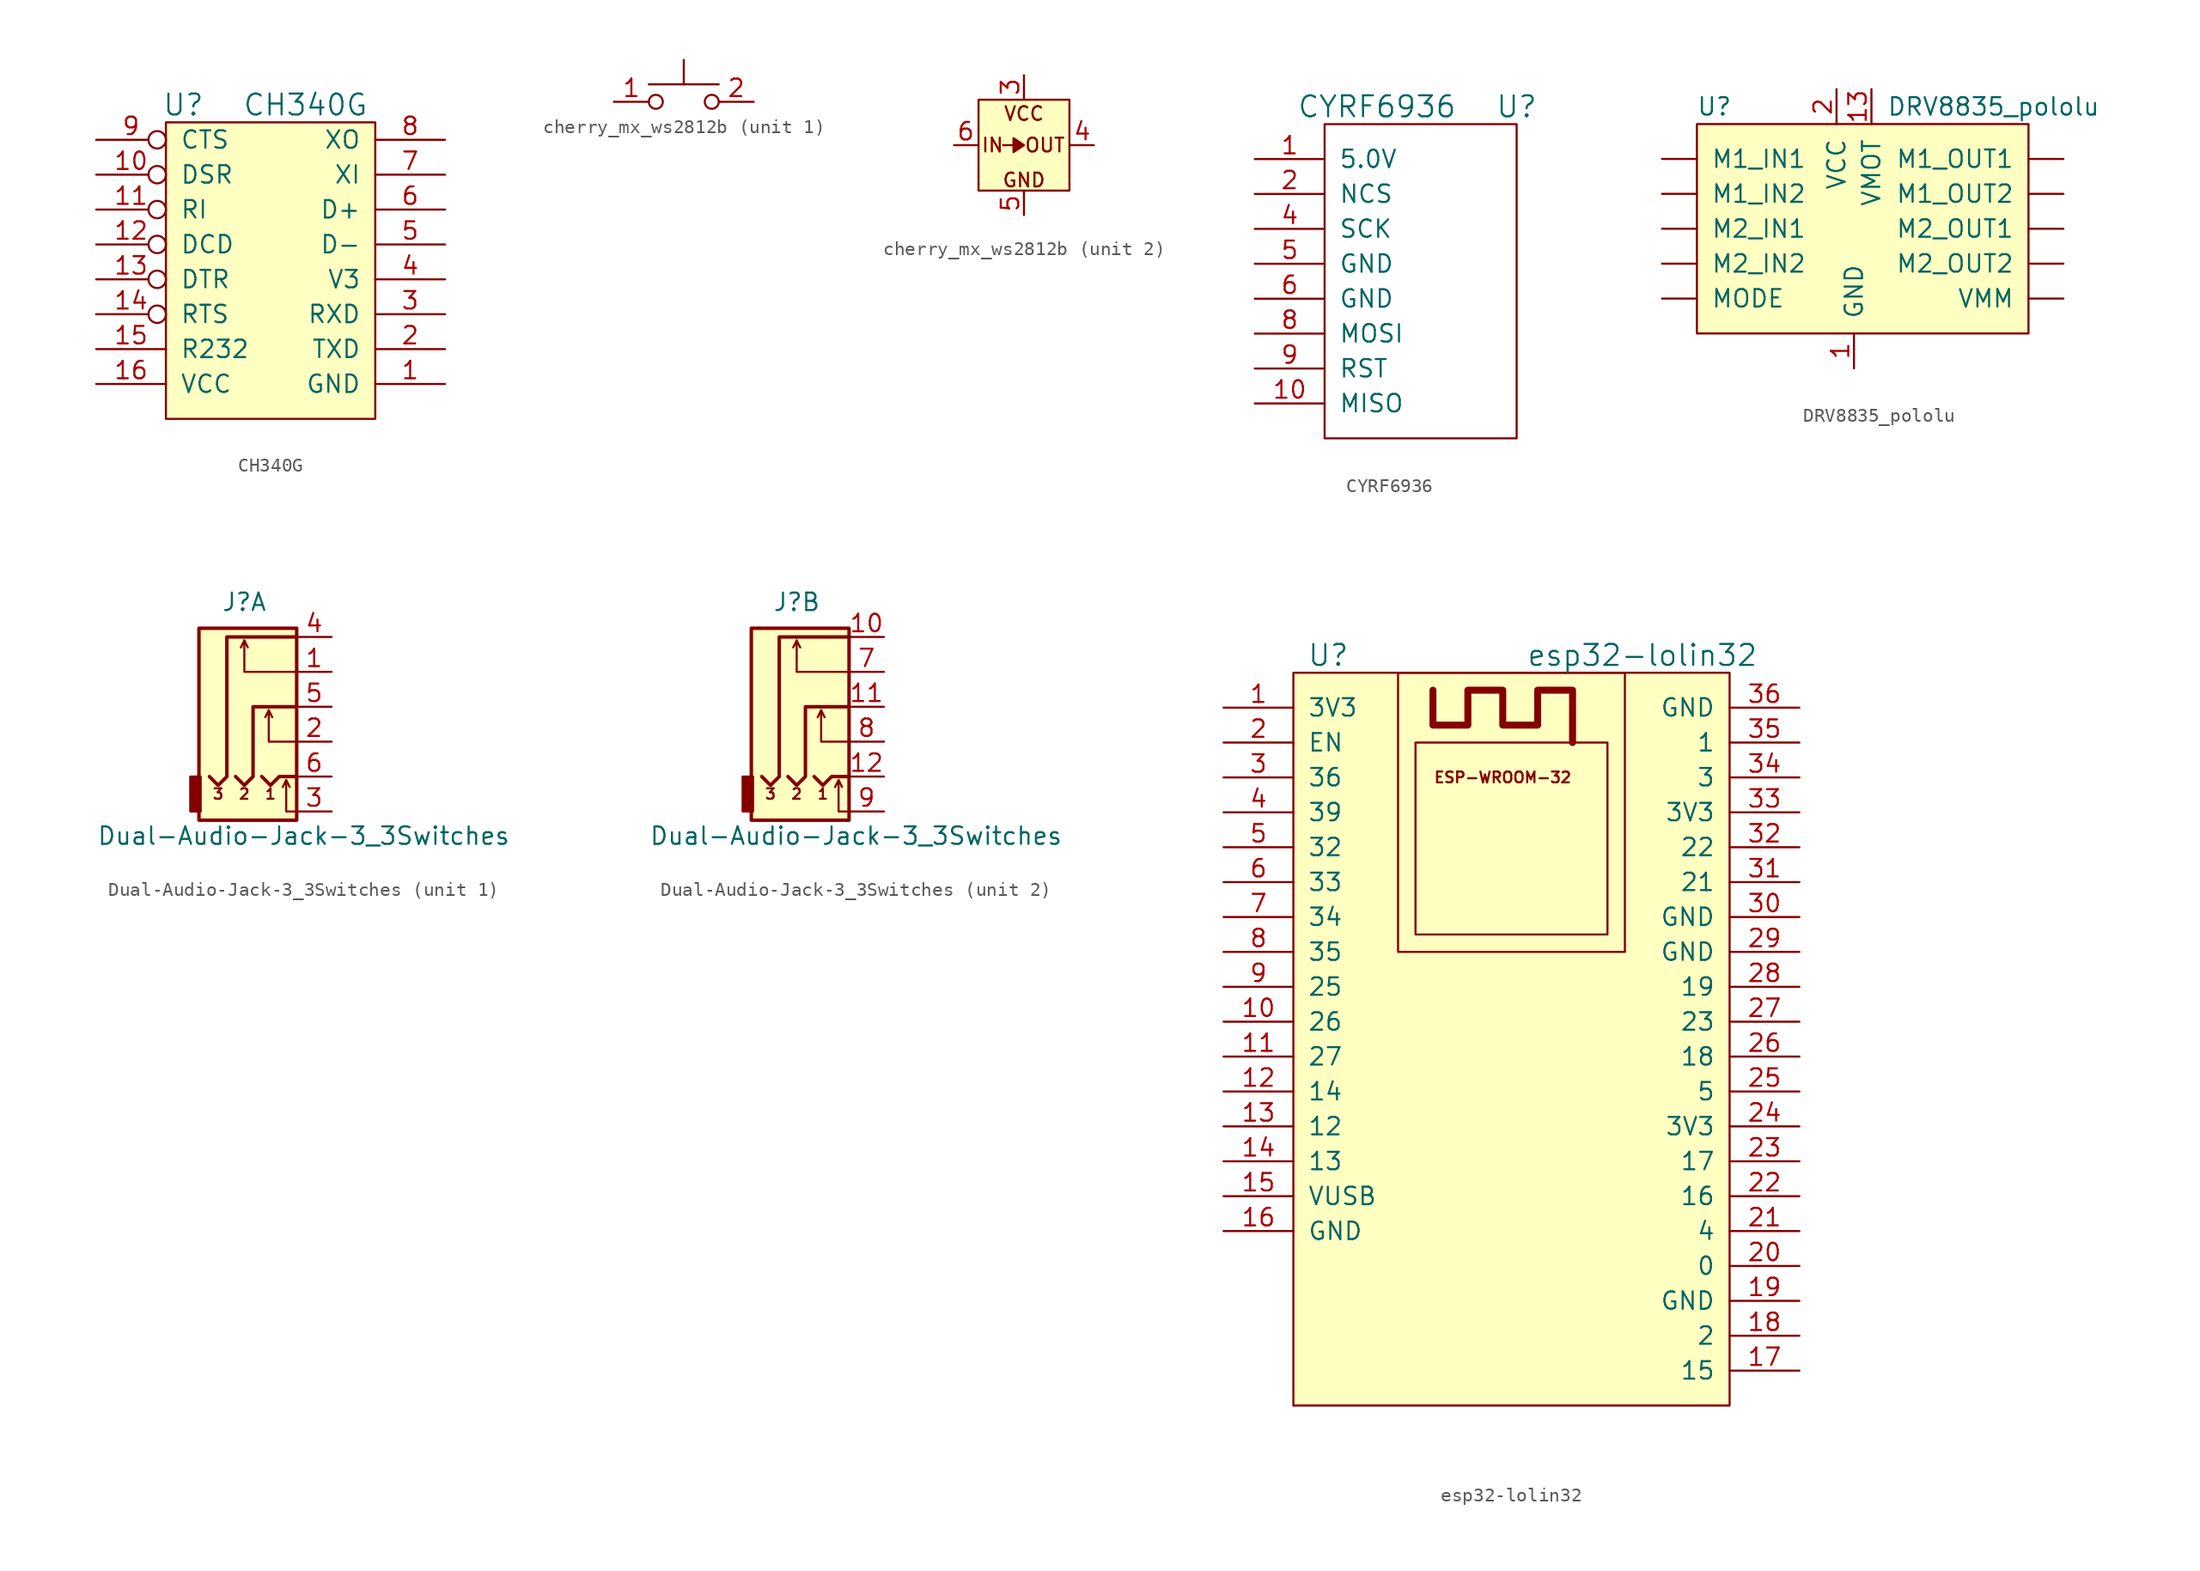
<source format=kicad_sym>
(kicad_symbol_lib
  (version 20211014)
  (generator kicad_symbol_editor)
  (symbol "CH340G"
    (pin_names
      (offset 1.016))
    (property "Reference" "U"
      (at -6.35 12.7 0)
      (effects (font (size 1.524 1.524))))
    (property "Value" "CH340G"
      (at 2.54 12.7 0)
      (effects (font (size 1.524 1.524))))
    (symbol "CH340G_0_1"
      (rectangle (start -7.62 11.43) (end 7.62 -10.16) (stroke (width 0) (type default) (color 0 0 0 0)) (fill (type background))))
    (symbol "CH340G_1_1"
      (pin input line (at 12.7 -7.62 180) (length 5.08) (name "GND" (effects (font (size 1.27 1.27)))) (number "1" (effects (font (size 1.27 1.27)))))
      (pin input inverted (at -12.7 7.62 0) (length 5.08) (name "DSR" (effects (font (size 1.27 1.27)))) (number "10" (effects (font (size 1.27 1.27)))))
      (pin input inverted (at -12.7 5.08 0) (length 5.08) (name "RI" (effects (font (size 1.27 1.27)))) (number "11" (effects (font (size 1.27 1.27)))))
      (pin input inverted (at -12.7 2.54 0) (length 5.08) (name "DCD" (effects (font (size 1.27 1.27)))) (number "12" (effects (font (size 1.27 1.27)))))
      (pin input inverted (at -12.7 0 0) (length 5.08) (name "DTR" (effects (font (size 1.27 1.27)))) (number "13" (effects (font (size 1.27 1.27)))))
      (pin input inverted (at -12.7 -2.54 0) (length 5.08) (name "RTS" (effects (font (size 1.27 1.27)))) (number "14" (effects (font (size 1.27 1.27)))))
      (pin input line (at -12.7 -5.08 0) (length 5.08) (name "R232" (effects (font (size 1.27 1.27)))) (number "15" (effects (font (size 1.27 1.27)))))
      (pin input line (at -12.7 -7.62 0) (length 5.08) (name "VCC" (effects (font (size 1.27 1.27)))) (number "16" (effects (font (size 1.27 1.27)))))
      (pin input line (at 12.7 -5.08 180) (length 5.08) (name "TXD" (effects (font (size 1.27 1.27)))) (number "2" (effects (font (size 1.27 1.27)))))
      (pin input line (at 12.7 -2.54 180) (length 5.08) (name "RXD" (effects (font (size 1.27 1.27)))) (number "3" (effects (font (size 1.27 1.27)))))
      (pin input line (at 12.7 0 180) (length 5.08) (name "V3" (effects (font (size 1.27 1.27)))) (number "4" (effects (font (size 1.27 1.27)))))
      (pin input line (at 12.7 2.54 180) (length 5.08) (name "D-" (effects (font (size 1.27 1.27)))) (number "5" (effects (font (size 1.27 1.27)))))
      (pin input line (at 12.7 5.08 180) (length 5.08) (name "D+" (effects (font (size 1.27 1.27)))) (number "6" (effects (font (size 1.27 1.27)))))
      (pin input line (at 12.7 7.62 180) (length 5.08) (name "XI" (effects (font (size 1.27 1.27)))) (number "7" (effects (font (size 1.27 1.27)))))
      (pin input line (at 12.7 10.16 180) (length 5.08) (name "XO" (effects (font (size 1.27 1.27)))) (number "8" (effects (font (size 1.27 1.27)))))
      (pin input inverted (at -12.7 10.16 0) (length 5.08) (name "CTS" (effects (font (size 1.27 1.27)))) (number "9" (effects (font (size 1.27 1.27)))))))
  (symbol "cherry_mx_ws2812b"
    (pin_names
      (offset 0.5) hide)
    (property "Reference" "SW"
      (at -6.096 5.08 0)
      (effects (font (size 1.27 1.27)) (justify left) hide))
    (property "ki_locked" ""
      (at 0 0 0)
      (effects (font (size 1.27 1.27))))
    (symbol "cherry_mx_ws2812b_1_1"
      (circle (center -2.032 0) (radius 0.508) (stroke (width 0) (type default) (color 0 0 0 0)) (fill (type none)))
      (polyline (pts (xy 0 1.27) (xy 0 3.048)) (stroke (width 0) (type default) (color 0 0 0 0)) (fill (type none)))
      (polyline (pts (xy 2.54 1.27) (xy -2.54 1.27)) (stroke (width 0) (type default) (color 0 0 0 0)) (fill (type none)))
      (circle (center 2.032 0) (radius 0.508) (stroke (width 0) (type default) (color 0 0 0 0)) (fill (type none)))
      (pin passive line (at -5.08 0 0) (length 2.54) (name "" (effects (font (size 1.27 1.27)))) (number "1" (effects (font (size 1.27 1.27)))))
      (pin passive line (at 5.08 0 180) (length 2.54) (name "" (effects (font (size 1.27 1.27)))) (number "2" (effects (font (size 1.27 1.27))))))
    (symbol "cherry_mx_ws2812b_2_0"
      (polyline (pts (xy -1.524 0) (xy -0.762 0) (xy -0.762 -0.508) (xy 0 0) (xy -0.762 0.508) (xy -0.762 0)) (stroke (width 0.152) (type default) (color 0 0 0 0)) (fill (type outline)))
      (text "GND" (at 0 -2.54 0) (effects (font (size 1 1))))
      (text "IN" (at -2.286 0 0) (effects (font (size 1 1))))
      (text "OUT" (at 1.524 0 0) (effects (font (size 1 1))))
      (text "VCC" (at 0 2.286 0) (effects (font (size 1 1)))))
    (symbol "cherry_mx_ws2812b_2_1"
      (rectangle (start -3.302 3.302) (end 3.302 -3.302) (stroke (width 0.152) (type default) (color 0 0 0 0)) (fill (type background)))
      (pin power_in line (at 0 5.08 270) (length 1.7) (name "VDD" (effects (font (size 1.27 1.27)))) (number "3" (effects (font (size 1.27 1.27)))))
      (pin output line (at 5.08 0 180) (length 1.7) (name "DOUT" (effects (font (size 1.27 1.27)))) (number "4" (effects (font (size 1.27 1.27)))))
      (pin power_in line (at 0 -5.08 90) (length 1.7) (name "VSS" (effects (font (size 1.27 1.27)))) (number "5" (effects (font (size 1.27 1.27)))))
      (pin input line (at -5.08 0 0) (length 1.7) (name "DIN" (effects (font (size 1.27 1.27)))) (number "6" (effects (font (size 1.27 1.27)))))))
  (symbol "CYRF6936"
    (pin_names
      (offset 1.016))
    (property "Reference" "U"
      (at 6.35 12.7 0)
      (effects (font (size 1.524 1.524))))
    (property "Value" "CYRF6936"
      (at -3.81 12.7 0)
      (effects (font (size 1.524 1.524))))
    (symbol "CYRF6936_0_1"
      (rectangle (start 6.35 11.43) (end -7.62 -11.43) (stroke (width 0) (type default) (color 0 0 0 0)) (fill (type none))))
    (symbol "CYRF6936_1_1"
      (pin input line (at -12.7 8.89 0) (length 5.08) (name "5.0V" (effects (font (size 1.27 1.27)))) (number "1" (effects (font (size 1.27 1.27)))))
      (pin input line (at -12.7 -8.89 0) (length 5.08) (name "MISO" (effects (font (size 1.27 1.27)))) (number "10" (effects (font (size 1.27 1.27)))))
      (pin input line (at -12.7 6.35 0) (length 5.08) (name "NCS" (effects (font (size 1.27 1.27)))) (number "2" (effects (font (size 1.27 1.27)))))
      (pin input line (at -12.7 3.81 0) (length 5.08) (name "SCK" (effects (font (size 1.27 1.27)))) (number "4" (effects (font (size 1.27 1.27)))))
      (pin input line (at -12.7 1.27 0) (length 5.08) (name "GND" (effects (font (size 1.27 1.27)))) (number "5" (effects (font (size 1.27 1.27)))))
      (pin input line (at -12.7 -1.27 0) (length 5.08) (name "GND" (effects (font (size 1.27 1.27)))) (number "6" (effects (font (size 1.27 1.27)))))
      (pin input line (at -12.7 -3.81 0) (length 5.08) (name "MOSI" (effects (font (size 1.27 1.27)))) (number "8" (effects (font (size 1.27 1.27)))))
      (pin input line (at -12.7 -6.35 0) (length 5.08) (name "RST" (effects (font (size 1.27 1.27)))) (number "9" (effects (font (size 1.27 1.27)))))))
  (symbol "DRV8835_pololu"
    (pin_names
      (offset 1.016))
    (property "Reference" "U"
      (at -10.16 8.89 0)
      (effects (font (size 1.27 1.27))))
    (property "Value" "DRV8835_pololu"
      (at 10.16 8.89 0)
      (effects (font (size 1.27 1.27))))
    (symbol "DRV8835_pololu_0_1"
      (rectangle (start -11.43 7.62) (end 12.7 -7.62) (stroke (width 0) (type default) (color 0 0 0 0)) (fill (type background))))
    (symbol "DRV8835_pololu_1_1"
      (pin power_out line (at 0 -10.16 90) (length 2.54) (name "GND" (effects (font (size 1.27 1.27)))) (number "1" (effects (font (size 1.27 1.27)))))
      (pin power_in line (at 1.27 10.16 270) (length 2.54) (name "VMOT" (effects (font (size 1.27 1.27)))) (number "13" (effects (font (size 1.27 1.27)))))
      (pin power_out line (at 0 -10.16 90) (length 2.54) hide (name "GND" (effects (font (size 1.27 1.27)))) (number "14" (effects (font (size 1.27 1.27)))))
      (pin power_in line (at -1.27 10.16 270) (length 2.54) (name "VCC" (effects (font (size 1.27 1.27)))) (number "2" (effects (font (size 1.27 1.27)))))
      (pin input line (at -13.97 5.08 0) (length 2.54) (name "M1_IN1" (effects (font (size 1.27 1.27)))) (number "~" (effects (font (size 1.27 1.27)))))
      (pin input line (at -13.97 2.54 0) (length 2.54) (name "M1_IN2" (effects (font (size 1.27 1.27)))) (number "~" (effects (font (size 1.27 1.27)))))
      (pin output line (at 15.24 5.08 180) (length 2.54) (name "M1_OUT1" (effects (font (size 1.27 1.27)))) (number "~" (effects (font (size 1.27 1.27)))))
      (pin output line (at 15.24 2.54 180) (length 2.54) (name "M1_OUT2" (effects (font (size 1.27 1.27)))) (number "~" (effects (font (size 1.27 1.27)))))
      (pin input line (at -13.97 0 0) (length 2.54) (name "M2_IN1" (effects (font (size 1.27 1.27)))) (number "~" (effects (font (size 1.27 1.27)))))
      (pin input line (at -13.97 -2.54 0) (length 2.54) (name "M2_IN2" (effects (font (size 1.27 1.27)))) (number "~" (effects (font (size 1.27 1.27)))))
      (pin output line (at 15.24 0 180) (length 2.54) (name "M2_OUT1" (effects (font (size 1.27 1.27)))) (number "~" (effects (font (size 1.27 1.27)))))
      (pin output line (at 15.24 -2.54 180) (length 2.54) (name "M2_OUT2" (effects (font (size 1.27 1.27)))) (number "~" (effects (font (size 1.27 1.27)))))
      (pin input line (at -13.97 -5.08 0) (length 2.54) (name "MODE" (effects (font (size 1.27 1.27)))) (number "~" (effects (font (size 1.27 1.27)))))
      (pin power_out line (at 15.24 -5.08 180) (length 2.54) (name "VMM" (effects (font (size 1.27 1.27)))) (number "~" (effects (font (size 1.27 1.27)))))))
  (symbol "Dual-Audio-Jack-3_3Switches"
    (pin_names
      (offset 1.016))
    (property "Reference" "J"
      (at -1.27 7.62 0)
      (effects (font (size 1.27 1.27))))
    (property "Value" "Dual-Audio-Jack-3_3Switches"
      (at 3.048 -9.398 0)
      (effects (font (size 1.27 1.27))))
    (symbol "Dual-Audio-Jack-3_3Switches_0_0"
      (text "1" (at 0.635 -6.35 0) (effects (font (size 0.762 0.762))))
      (text "2" (at -1.27 -6.35 0) (effects (font (size 0.762 0.762))))
      (text "3" (at -3.175 -6.35 0) (effects (font (size 0.762 0.762)))))
    (symbol "Dual-Audio-Jack-3_3Switches_0_1"
      (rectangle (start -4.445 -7.62) (end -5.207 -5.08) (stroke (width 0) (type default) (color 0 0 0 0)) (fill (type outline)))
      (polyline (pts (xy -1.27 4.826) (xy -1.016 4.318)) (stroke (width 0) (type default) (color 0 0 0 0)) (fill (type none)))
      (polyline (pts (xy 0.508 -0.254) (xy 0.762 -0.762)) (stroke (width 0) (type default) (color 0 0 0 0)) (fill (type none)))
      (polyline (pts (xy 1.778 -5.334) (xy 2.032 -5.842)) (stroke (width 0) (type default) (color 0 0 0 0)) (fill (type none)))
      (polyline (pts (xy 0 -5.08) (xy 0.635 -5.715) (xy 1.27 -5.08) (xy 2.54 -5.08)) (stroke (width 0.254) (type default) (color 0 0 0 0)) (fill (type none)))
      (polyline (pts (xy 2.54 -7.62) (xy 1.778 -7.62) (xy 1.778 -5.334) (xy 1.524 -5.842)) (stroke (width 0) (type default) (color 0 0 0 0)) (fill (type none)))
      (polyline (pts (xy 2.54 -2.54) (xy 0.508 -2.54) (xy 0.508 -0.254) (xy 0.254 -0.762)) (stroke (width 0) (type default) (color 0 0 0 0)) (fill (type none)))
      (polyline (pts (xy 2.54 2.54) (xy -1.27 2.54) (xy -1.27 4.826) (xy -1.524 4.318)) (stroke (width 0) (type default) (color 0 0 0 0)) (fill (type none)))
      (polyline (pts (xy -1.905 -5.08) (xy -1.27 -5.715) (xy -0.635 -5.08) (xy -0.635 0) (xy 2.54 0)) (stroke (width 0.254) (type default) (color 0 0 0 0)) (fill (type none)))
      (polyline (pts (xy 2.54 5.08) (xy -2.54 5.08) (xy -2.54 -5.08) (xy -3.175 -5.715) (xy -3.81 -5.08)) (stroke (width 0.254) (type default) (color 0 0 0 0)) (fill (type none)))
      (rectangle (start 2.54 -8.255) (end -4.572 5.715) (stroke (width 0.254) (type default) (color 0 0 0 0)) (fill (type background))))
    (symbol "Dual-Audio-Jack-3_3Switches_1_1"
      (pin passive line (at 5.08 2.54 180) (length 2.54) (name "~" (effects (font (size 1.27 1.27)))) (number "1" (effects (font (size 1.27 1.27)))))
      (pin passive line (at 5.08 -2.54 180) (length 2.54) (name "~" (effects (font (size 1.27 1.27)))) (number "2" (effects (font (size 1.27 1.27)))))
      (pin passive line (at 5.08 -7.62 180) (length 2.54) (name "~" (effects (font (size 1.27 1.27)))) (number "3" (effects (font (size 1.27 1.27)))))
      (pin passive line (at 5.08 5.08 180) (length 2.54) (name "~" (effects (font (size 1.27 1.27)))) (number "4" (effects (font (size 1.27 1.27)))))
      (pin passive line (at 5.08 0 180) (length 2.54) (name "~" (effects (font (size 1.27 1.27)))) (number "5" (effects (font (size 1.27 1.27)))))
      (pin passive line (at 5.08 -5.08 180) (length 2.54) (name "~" (effects (font (size 1.27 1.27)))) (number "6" (effects (font (size 1.27 1.27))))))
    (symbol "Dual-Audio-Jack-3_3Switches_2_1"
      (pin passive line (at 5.08 5.08 180) (length 2.54) (name "~" (effects (font (size 1.27 1.27)))) (number "10" (effects (font (size 1.27 1.27)))))
      (pin passive line (at 5.08 0 180) (length 2.54) (name "~" (effects (font (size 1.27 1.27)))) (number "11" (effects (font (size 1.27 1.27)))))
      (pin passive line (at 5.08 -5.08 180) (length 2.54) (name "~" (effects (font (size 1.27 1.27)))) (number "12" (effects (font (size 1.27 1.27)))))
      (pin passive line (at 5.08 2.54 180) (length 2.54) (name "~" (effects (font (size 1.27 1.27)))) (number "7" (effects (font (size 1.27 1.27)))))
      (pin passive line (at 5.08 -2.54 180) (length 2.54) (name "~" (effects (font (size 1.27 1.27)))) (number "8" (effects (font (size 1.27 1.27)))))
      (pin passive line (at 5.08 -7.62 180) (length 2.54) (name "~" (effects (font (size 1.27 1.27)))) (number "9" (effects (font (size 1.27 1.27)))))))
  (symbol "esp32-lolin32"
    (pin_names
      (offset 1.016))
    (property "Reference" "U"
      (at -13.97 27.94 0)
      (effects (font (size 1.524 1.524))))
    (property "Value" "esp32-lolin32"
      (at 8.89 27.94 0)
      (effects (font (size 1.524 1.524))))
    (symbol "esp32-lolin32_0_0"
      (text "ESP-WROOM-32" (at -1.27 19.05 0) (effects (font (size 0.787 0.787)))))
    (symbol "esp32-lolin32_0_1"
      (rectangle (start -16.51 26.67) (end 15.24 -26.67) (stroke (width 0) (type default) (color 0 0 0 0)) (fill (type background)))
      (rectangle (start -8.89 26.67) (end 7.62 6.35) (stroke (width 0) (type default) (color 0 0 0 0)) (fill (type none)))
      (rectangle (start -7.62 7.62) (end 6.35 21.59) (stroke (width 0) (type default) (color 0 0 0 0)) (fill (type none)))
      (polyline (pts (xy 3.81 21.59) (xy 3.81 25.4) (xy 1.27 25.4) (xy 1.27 22.86) (xy -1.27 22.86) (xy -1.27 25.4) (xy -3.81 25.4) (xy -3.81 22.86) (xy -6.35 22.86) (xy -6.35 25.4)) (stroke (width 0.508) (type default) (color 0 0 0 0)) (fill (type none))))
    (symbol "esp32-lolin32_1_1"
      (pin input line (at -21.59 24.13 0) (length 5.08) (name "3V3" (effects (font (size 1.27 1.27)))) (number "1" (effects (font (size 1.27 1.27)))))
      (pin bidirectional line (at -21.59 1.27 0) (length 5.08) (name "26" (effects (font (size 1.27 1.27)))) (number "10" (effects (font (size 1.27 1.27)))))
      (pin bidirectional line (at -21.59 -1.27 0) (length 5.08) (name "27" (effects (font (size 1.27 1.27)))) (number "11" (effects (font (size 1.27 1.27)))))
      (pin bidirectional line (at -21.59 -3.81 0) (length 5.08) (name "14" (effects (font (size 1.27 1.27)))) (number "12" (effects (font (size 1.27 1.27)))))
      (pin bidirectional line (at -21.59 -6.35 0) (length 5.08) (name "12" (effects (font (size 1.27 1.27)))) (number "13" (effects (font (size 1.27 1.27)))))
      (pin bidirectional line (at -21.59 -8.89 0) (length 5.08) (name "13" (effects (font (size 1.27 1.27)))) (number "14" (effects (font (size 1.27 1.27)))))
      (pin power_out line (at -21.59 -11.43 0) (length 5.08) (name "VUSB" (effects (font (size 1.27 1.27)))) (number "15" (effects (font (size 1.27 1.27)))))
      (pin power_in line (at -21.59 -13.97 0) (length 5.08) (name "GND" (effects (font (size 1.27 1.27)))) (number "16" (effects (font (size 1.27 1.27)))))
      (pin bidirectional line (at 20.32 -24.13 180) (length 5.08) (name "15" (effects (font (size 1.27 1.27)))) (number "17" (effects (font (size 1.27 1.27)))))
      (pin bidirectional line (at 20.32 -21.59 180) (length 5.08) (name "2" (effects (font (size 1.27 1.27)))) (number "18" (effects (font (size 1.27 1.27)))))
      (pin power_in line (at 20.32 -19.05 180) (length 5.08) (name "GND" (effects (font (size 1.27 1.27)))) (number "19" (effects (font (size 1.27 1.27)))))
      (pin input line (at -21.59 21.59 0) (length 5.08) (name "EN" (effects (font (size 1.27 1.27)))) (number "2" (effects (font (size 1.27 1.27)))))
      (pin bidirectional line (at 20.32 -16.51 180) (length 5.08) (name "0" (effects (font (size 1.27 1.27)))) (number "20" (effects (font (size 1.27 1.27)))))
      (pin bidirectional line (at 20.32 -13.97 180) (length 5.08) (name "4" (effects (font (size 1.27 1.27)))) (number "21" (effects (font (size 1.27 1.27)))))
      (pin bidirectional line (at 20.32 -11.43 180) (length 5.08) (name "16" (effects (font (size 1.27 1.27)))) (number "22" (effects (font (size 1.27 1.27)))))
      (pin bidirectional line (at 20.32 -8.89 180) (length 5.08) (name "17" (effects (font (size 1.27 1.27)))) (number "23" (effects (font (size 1.27 1.27)))))
      (pin power_out line (at 20.32 -6.35 180) (length 5.08) (name "3V3" (effects (font (size 1.27 1.27)))) (number "24" (effects (font (size 1.27 1.27)))))
      (pin bidirectional line (at 20.32 -3.81 180) (length 5.08) (name "5" (effects (font (size 1.27 1.27)))) (number "25" (effects (font (size 1.27 1.27)))))
      (pin bidirectional line (at 20.32 -1.27 180) (length 5.08) (name "18" (effects (font (size 1.27 1.27)))) (number "26" (effects (font (size 1.27 1.27)))))
      (pin bidirectional line (at 20.32 1.27 180) (length 5.08) (name "23" (effects (font (size 1.27 1.27)))) (number "27" (effects (font (size 1.27 1.27)))))
      (pin bidirectional line (at 20.32 3.81 180) (length 5.08) (name "19" (effects (font (size 1.27 1.27)))) (number "28" (effects (font (size 1.27 1.27)))))
      (pin power_in line (at 20.32 6.35 180) (length 5.08) (name "GND" (effects (font (size 1.27 1.27)))) (number "29" (effects (font (size 1.27 1.27)))))
      (pin input line (at -21.59 19.05 0) (length 5.08) (name "36" (effects (font (size 1.27 1.27)))) (number "3" (effects (font (size 1.27 1.27)))))
      (pin power_in line (at 20.32 8.89 180) (length 5.08) (name "GND" (effects (font (size 1.27 1.27)))) (number "30" (effects (font (size 1.27 1.27)))))
      (pin bidirectional line (at 20.32 11.43 180) (length 5.08) (name "21" (effects (font (size 1.27 1.27)))) (number "31" (effects (font (size 1.27 1.27)))))
      (pin bidirectional line (at 20.32 13.97 180) (length 5.08) (name "22" (effects (font (size 1.27 1.27)))) (number "32" (effects (font (size 1.27 1.27)))))
      (pin power_out line (at 20.32 16.51 180) (length 5.08) (name "3V3" (effects (font (size 1.27 1.27)))) (number "33" (effects (font (size 1.27 1.27)))))
      (pin bidirectional line (at 20.32 19.05 180) (length 5.08) (name "3" (effects (font (size 1.27 1.27)))) (number "34" (effects (font (size 1.27 1.27)))))
      (pin bidirectional line (at 20.32 21.59 180) (length 5.08) (name "1" (effects (font (size 1.27 1.27)))) (number "35" (effects (font (size 1.27 1.27)))))
      (pin power_in line (at 20.32 24.13 180) (length 5.08) (name "GND" (effects (font (size 1.27 1.27)))) (number "36" (effects (font (size 1.27 1.27)))))
      (pin input line (at -21.59 16.51 0) (length 5.08) (name "39" (effects (font (size 1.27 1.27)))) (number "4" (effects (font (size 1.27 1.27)))))
      (pin bidirectional line (at -21.59 13.97 0) (length 5.08) (name "32" (effects (font (size 1.27 1.27)))) (number "5" (effects (font (size 1.27 1.27)))))
      (pin bidirectional line (at -21.59 11.43 0) (length 5.08) (name "33" (effects (font (size 1.27 1.27)))) (number "6" (effects (font (size 1.27 1.27)))))
      (pin input line (at -21.59 8.89 0) (length 5.08) (name "34" (effects (font (size 1.27 1.27)))) (number "7" (effects (font (size 1.27 1.27)))))
      (pin input line (at -21.59 6.35 0) (length 5.08) (name "35" (effects (font (size 1.27 1.27)))) (number "8" (effects (font (size 1.27 1.27)))))
      (pin bidirectional line (at -21.59 3.81 0) (length 5.08) (name "25" (effects (font (size 1.27 1.27)))) (number "9" (effects (font (size 1.27 1.27))))))))
</source>
